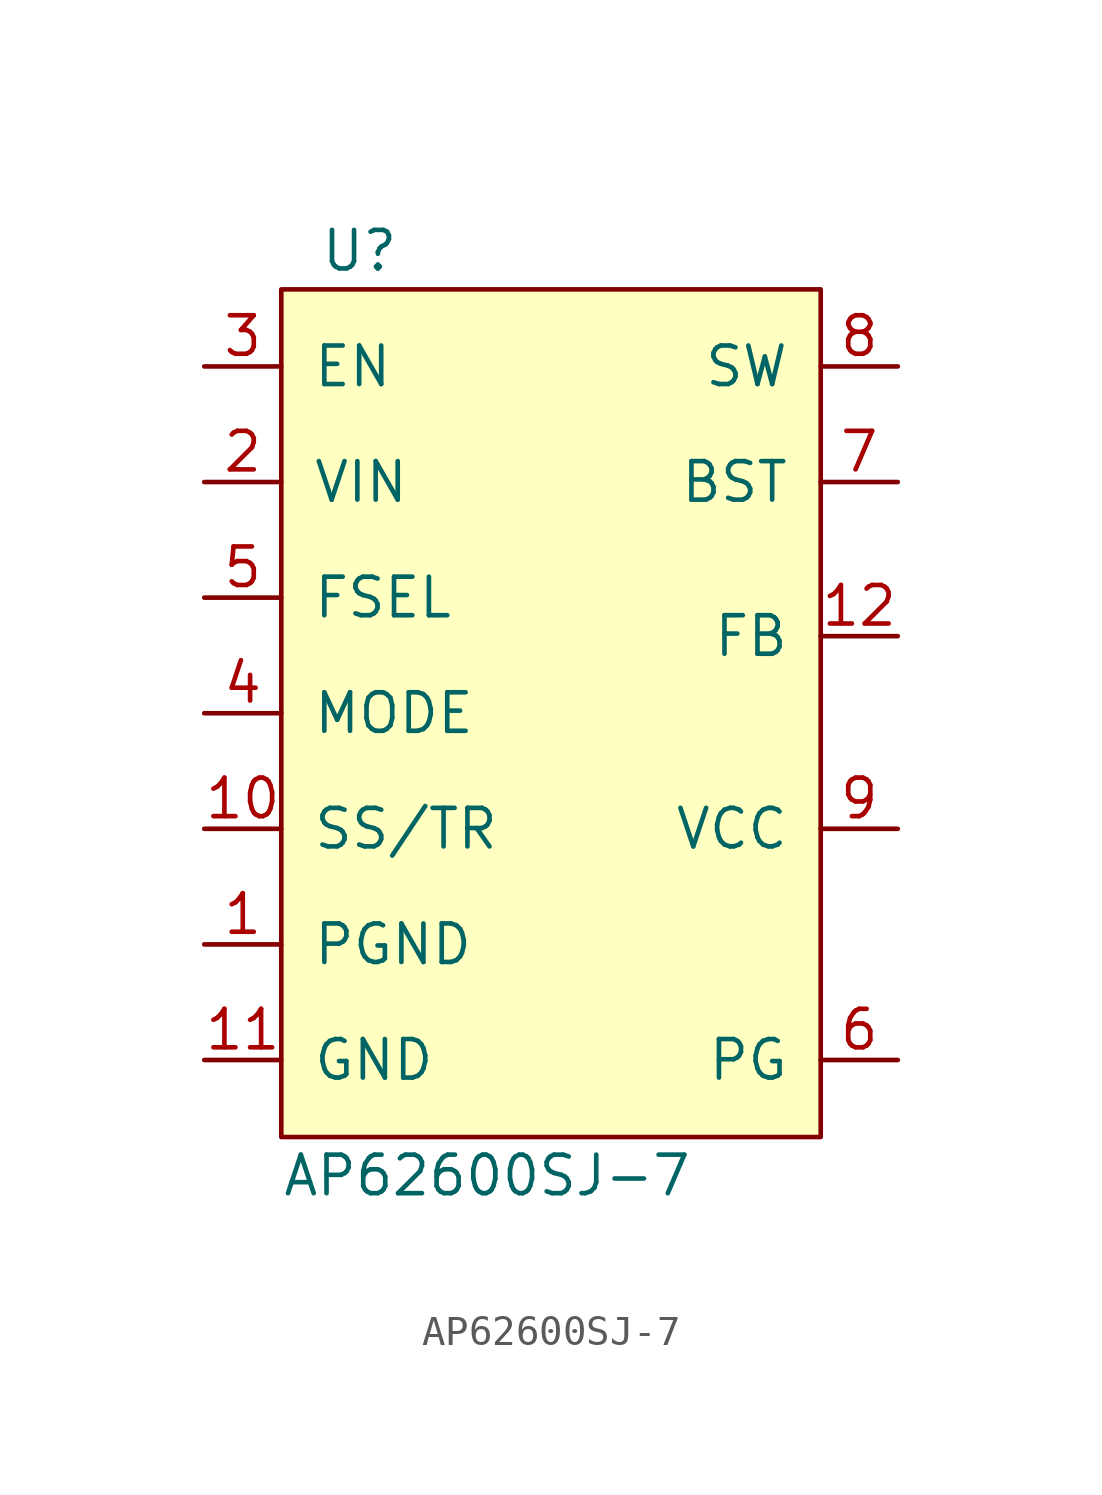
<source format=kicad_sym>
(kicad_symbol_lib
  (version 20211014)
  (generator kicad_symbol_editor)
  (symbol "AP62600SJ-7"
    (pin_names
      (offset 1.016))
    (property "Reference" "U"
      (at -7.62 16.51 0)
      (effects (font (size 1.27 1.27)) (justify left)))
    (property "Value" "AP62600SJ-7"
      (at -8.89 -13.97 0)
      (effects (font (size 1.27 1.27)) (justify left)))
    (symbol "AP62600SJ-7_0_1"
      (rectangle (start -8.89 15.24) (end 8.89 -12.7) (stroke (width 0) (type default) (color 0 0 0 0)) (fill (type background))))
    (symbol "AP62600SJ-7_1_1"
      (pin passive line (at -11.43 -6.35 0) (length 2.54) (name "PGND" (effects (font (size 1.27 1.27)))) (number "1" (effects (font (size 1.27 1.27)))))
      (pin input line (at -11.43 -2.54 0) (length 2.54) (name "SS/TR" (effects (font (size 1.27 1.27)))) (number "10" (effects (font (size 1.27 1.27)))))
      (pin passive line (at -11.43 -10.16 0) (length 2.54) (name "GND" (effects (font (size 1.27 1.27)))) (number "11" (effects (font (size 1.27 1.27)))))
      (pin input line (at 11.43 3.81 180) (length 2.54) (name "FB" (effects (font (size 1.27 1.27)))) (number "12" (effects (font (size 1.27 1.27)))))
      (pin power_in line (at -11.43 8.89 0) (length 2.54) (name "VIN" (effects (font (size 1.27 1.27)))) (number "2" (effects (font (size 1.27 1.27)))))
      (pin input line (at -11.43 12.7 0) (length 2.54) (name "EN" (effects (font (size 1.27 1.27)))) (number "3" (effects (font (size 1.27 1.27)))))
      (pin input line (at -11.43 1.27 0) (length 2.54) (name "MODE" (effects (font (size 1.27 1.27)))) (number "4" (effects (font (size 1.27 1.27)))))
      (pin input line (at -11.43 5.08 0) (length 2.54) (name "FSEL" (effects (font (size 1.27 1.27)))) (number "5" (effects (font (size 1.27 1.27)))))
      (pin open_collector line (at 11.43 -10.16 180) (length 2.54) (name "PG" (effects (font (size 1.27 1.27)))) (number "6" (effects (font (size 1.27 1.27)))))
      (pin input line (at 11.43 8.89 180) (length 2.54) (name "BST" (effects (font (size 1.27 1.27)))) (number "7" (effects (font (size 1.27 1.27)))))
      (pin output line (at 11.43 12.7 180) (length 2.54) (name "SW" (effects (font (size 1.27 1.27)))) (number "8" (effects (font (size 1.27 1.27)))))
      (pin input line (at 11.43 -2.54 180) (length 2.54) (name "VCC" (effects (font (size 1.27 1.27)))) (number "9" (effects (font (size 1.27 1.27))))))))
</source>
